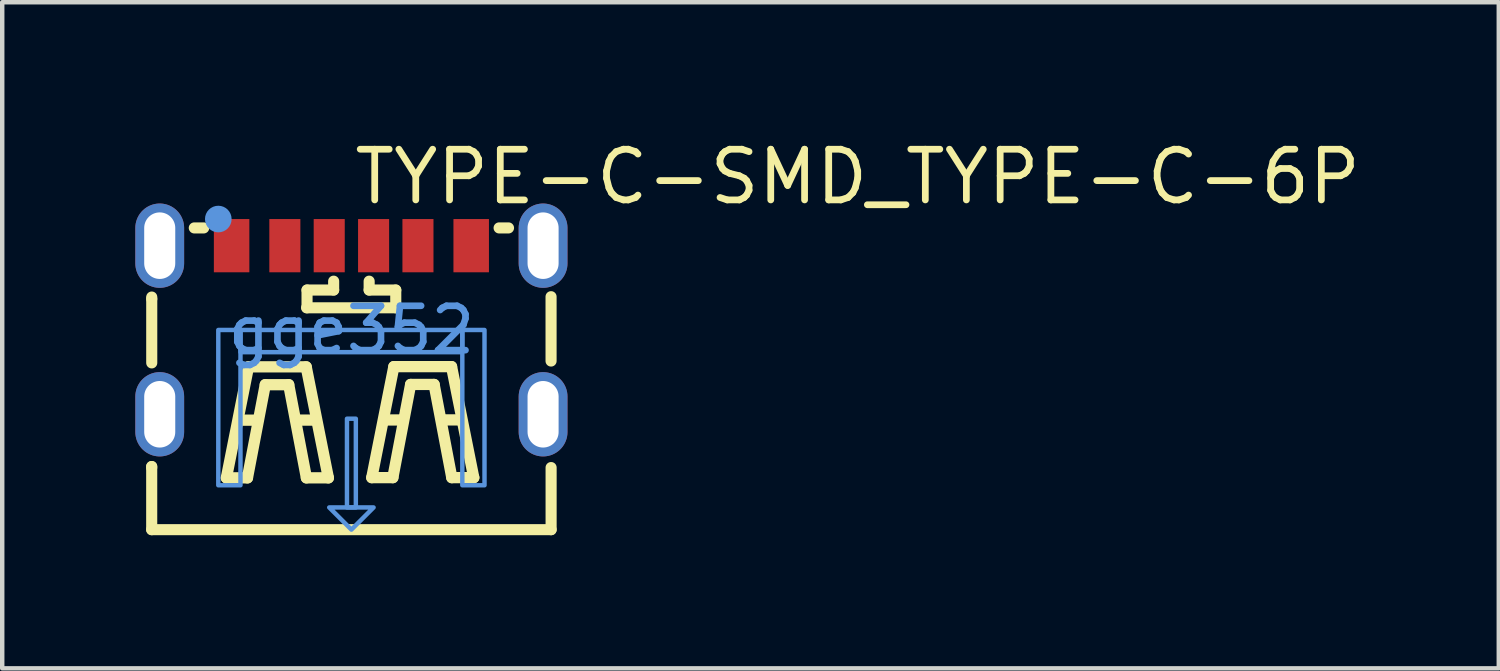
<source format=kicad_pcb>
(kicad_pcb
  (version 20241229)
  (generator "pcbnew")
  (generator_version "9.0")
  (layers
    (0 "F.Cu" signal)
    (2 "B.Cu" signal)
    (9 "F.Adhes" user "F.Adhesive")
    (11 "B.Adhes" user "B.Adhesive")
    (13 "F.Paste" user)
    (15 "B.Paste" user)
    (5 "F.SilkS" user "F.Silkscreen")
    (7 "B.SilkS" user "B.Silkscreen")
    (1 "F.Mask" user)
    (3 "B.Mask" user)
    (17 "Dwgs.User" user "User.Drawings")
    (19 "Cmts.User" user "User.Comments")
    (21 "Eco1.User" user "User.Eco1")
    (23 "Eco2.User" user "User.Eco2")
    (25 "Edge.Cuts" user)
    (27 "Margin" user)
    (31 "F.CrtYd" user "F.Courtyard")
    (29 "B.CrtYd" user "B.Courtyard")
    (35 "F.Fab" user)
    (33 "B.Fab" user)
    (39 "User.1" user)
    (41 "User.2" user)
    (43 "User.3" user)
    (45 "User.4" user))
  (footprint "TYPE-C-SMD_TYPE-C-6P"
    (layer "F.Cu")
    (at 4.87 4.387)
    (property "Reference" "TYPE-C-SMD_TYPE-C-6P" (at -0.01 -3.452 0) (layer "F.SilkS") (effects (font (size 1.143 1.143) (thickness 0.152)) (justify left)))
    (attr smd)
    (fp_line (start -4.501 3.078) (end -4.501 4.501) (stroke (width 0.25) (type solid)) (layer "F.SilkS"))
    (fp_line (start -4.501 3.101) (end -4.501 3.078) (stroke (width 0.25) (type solid)) (layer "F.SilkS"))
    (fp_line (start -4.501 4.501) (end 4.501 4.501) (stroke (width 0.25) (type solid)) (layer "F.SilkS"))
    (fp_line (start -4.5 -0.7) (end -4.5 -0.742) (stroke (width 0.25) (type solid)) (layer "F.SilkS"))
    (fp_line (start -4.5 -0.7) (end -4.5 0.742) (stroke (width 0.25) (type solid)) (layer "F.SilkS"))
    (fp_line (start -3.541 -2.3) (end -3.329 -2.3) (stroke (width 0.25) (type solid)) (layer "F.SilkS"))
    (fp_line (start -2.818 3.333) (end -2.32 0.831) (stroke (width 0.254) (type solid)) (layer "F.SilkS"))
    (fp_line (start -2.518 2.033) (end -2.119 2.033) (stroke (width 0.254) (type solid)) (layer "F.SilkS"))
    (fp_line (start -2.343 3.333) (end -2.818 3.333) (stroke (width 0.254) (type solid)) (layer "F.SilkS"))
    (fp_line (start -2.32 0.831) (end -1.019 0.831) (stroke (width 0.254) (type solid)) (layer "F.SilkS"))
    (fp_line (start -1.941 1.233) (end -2.343 3.333) (stroke (width 0.254) (type solid)) (layer "F.SilkS"))
    (fp_line (start -1.413 1.233) (end -1.941 1.233) (stroke (width 0.254) (type solid)) (layer "F.SilkS"))
    (fp_line (start -1.219 2.032) (end -0.819 2.032) (stroke (width 0.254) (type solid)) (layer "F.SilkS"))
    (fp_line (start -1.019 0.831) (end -0.519 3.333) (stroke (width 0.254) (type solid)) (layer "F.SilkS"))
    (fp_line (start -1.014 3.333) (end -1.413 1.233) (stroke (width 0.254) (type solid)) (layer "F.SilkS"))
    (fp_line (start -1.01 -0.5) (end 1.01 -0.5) (stroke (width 0.25) (type solid)) (layer "F.SilkS"))
    (fp_line (start -1 -0.9) (end -0.4 -0.9) (stroke (width 0.25) (type solid)) (layer "F.SilkS"))
    (fp_line (start -1 -0.5) (end -1 -0.9) (stroke (width 0.25) (type solid)) (layer "F.SilkS"))
    (fp_line (start -0.519 3.333) (end -1.014 3.333) (stroke (width 0.254) (type solid)) (layer "F.SilkS"))
    (fp_line (start -0.4 -0.9) (end -0.4 -1.1) (stroke (width 0.25) (type solid)) (layer "F.SilkS"))
    (fp_line (start 0.4 -0.9) (end 0.4 -1.1) (stroke (width 0.25) (type solid)) (layer "F.SilkS"))
    (fp_line (start 0.459 3.328) (end 0.957 0.826) (stroke (width 0.254) (type solid)) (layer "F.SilkS"))
    (fp_line (start 0.759 2.028) (end 1.158 2.028) (stroke (width 0.254) (type solid)) (layer "F.SilkS"))
    (fp_line (start 0.934 3.328) (end 0.459 3.328) (stroke (width 0.254) (type solid)) (layer "F.SilkS"))
    (fp_line (start 0.957 0.826) (end 2.257 0.826) (stroke (width 0.254) (type solid)) (layer "F.SilkS"))
    (fp_line (start 1 -0.9) (end 0.4 -0.9) (stroke (width 0.25) (type solid)) (layer "F.SilkS"))
    (fp_line (start 1 -0.5) (end 1 -0.9) (stroke (width 0.25) (type solid)) (layer "F.SilkS"))
    (fp_line (start 1.335 1.228) (end 0.934 3.328) (stroke (width 0.254) (type solid)) (layer "F.SilkS"))
    (fp_line (start 1.864 1.228) (end 1.335 1.228) (stroke (width 0.254) (type solid)) (layer "F.SilkS"))
    (fp_line (start 2.058 2.027) (end 2.458 2.027) (stroke (width 0.254) (type solid)) (layer "F.SilkS"))
    (fp_line (start 2.257 0.826) (end 2.758 3.328) (stroke (width 0.254) (type solid)) (layer "F.SilkS"))
    (fp_line (start 2.263 3.328) (end 1.864 1.228) (stroke (width 0.254) (type solid)) (layer "F.SilkS"))
    (fp_line (start 2.758 3.328) (end 2.263 3.328) (stroke (width 0.254) (type solid)) (layer "F.SilkS"))
    (fp_line (start 3.329 -2.3) (end 3.541 -2.3) (stroke (width 0.25) (type solid)) (layer "F.SilkS"))
    (fp_line (start 4.5 0.7) (end 4.5 -0.75) (stroke (width 0.25) (type solid)) (layer "F.SilkS"))
    (fp_line (start 4.501 4.501) (end 4.501 3.101) (stroke (width 0.25) (type solid)) (layer "F.SilkS"))
    (fp_poly (pts (xy -3.1 -2.5) (xy -2.3 -2.5) (xy -2.3 -1.3) (xy -3.1 -1.3)) (stroke (width 0) (type solid)) (fill yes) (layer "F.Paste"))
    (fp_poly (pts (xy -1.85 -2.5) (xy -1.15 -2.5) (xy -1.15 -1.3) (xy -1.85 -1.3)) (stroke (width 0) (type solid)) (fill yes) (layer "F.Paste"))
    (fp_poly (pts (xy -0.85 -2.5) (xy -0.15 -2.5) (xy -0.15 -1.3) (xy -0.85 -1.3)) (stroke (width 0) (type solid)) (fill yes) (layer "F.Paste"))
    (fp_poly (pts (xy 0.15 -2.5) (xy 0.85 -2.5) (xy 0.85 -1.3) (xy 0.15 -1.3)) (stroke (width 0) (type solid)) (fill yes) (layer "F.Paste"))
    (fp_poly (pts (xy 1.15 -2.5) (xy 1.85 -2.5) (xy 1.85 -1.3) (xy 1.15 -1.3)) (stroke (width 0) (type solid)) (fill yes) (layer "F.Paste"))
    (fp_poly (pts (xy 2.3 -2.5) (xy 3.1 -2.5) (xy 3.1 -1.3) (xy 2.3 -1.3)) (stroke (width 0) (type solid)) (fill yes) (layer "F.Paste"))
    (fp_circle (center -3 -2.5) (end -2.85 -2.5) (stroke (width 0.3) (type solid)) (fill no) (layer "Cmts.User"))
    (fp_poly (pts (xy -0.5 4) (xy 0.5 4) (xy 0 4.5)) (stroke (width 0.1) (type solid)) (fill no) (layer "Cmts.User"))
    (fp_poly (pts (xy -3 3.5) (xy -3 0) (xy -2.5 0) (xy -2.5 3.5)) (stroke (width 0.1) (type solid)) (fill no) (layer "Cmts.User"))
    (fp_poly (pts (xy -2.5 0) (xy 2.5 0) (xy 2.5 0.5) (xy -2.5 0.5)) (stroke (width 0.1) (type solid)) (fill no) (layer "Cmts.User"))
    (fp_poly (pts (xy 3 3.5) (xy 3 0) (xy 2.5 0) (xy 2.5 3.5)) (stroke (width 0.1) (type solid)) (fill no) (layer "Cmts.User"))
    (fp_poly (pts (xy 0 4) (xy -0.1 4) (xy -0.1 2) (xy 0.1 2) (xy 0.1 4)) (stroke (width 0.1) (type solid)) (fill no) (layer "Cmts.User"))
    (fp_text user "gge352" (at 0 0 0) (layer "Cmts.User") (effects (font (size 1 1) (thickness 0.15))))
    (pad "7" thru_hole oval (at -4.32 -1.9) (size 1.1 1.9) (drill oval 0.7 1.5) (layers "*.Cu" "*.Paste" "*.Mask"))
    (pad "7" thru_hole oval (at -4.32 1.9) (size 1.1 1.9) (drill oval 0.7 1.5) (layers "*.Cu" "*.Paste" "*.Mask"))
    (pad "7" thru_hole oval (at 4.32 -1.9) (size 1.1 1.9) (drill oval 0.7 1.5) (layers "*.Cu" "*.Paste" "*.Mask"))
    (pad "7" thru_hole oval (at 4.32 1.9) (size 1.1 1.9) (drill oval 0.7 1.5) (layers "*.Cu" "*.Paste" "*.Mask"))
    (pad "A5" smd rect (at -0.5 -1.9) (size 0.7 1.2) (layers "F.Cu" "F.Mask" "F.Paste"))
    (pad "A9" smd rect (at 1.5 -1.9) (size 0.7 1.2) (layers "F.Cu" "F.Mask" "F.Paste"))
    (pad "A12" smd rect (at 2.7 -1.9) (size 0.8 1.2) (layers "F.Cu" "F.Mask" "F.Paste"))
    (pad "B5" smd rect (at 0.5 -1.9) (size 0.7 1.2) (layers "F.Cu" "F.Mask" "F.Paste"))
    (pad "B9" smd rect (at -1.5 -1.9) (size 0.7 1.2) (layers "F.Cu" "F.Mask" "F.Paste"))
    (pad "B12" smd rect (at -2.7 -1.9) (size 0.8 1.2) (layers "F.Cu" "F.Mask" "F.Paste")))
  (gr_rect
    (start -3 -3)
    (end 30.73 12.013)
    (stroke (width 0.1) (type default))
    (fill no)
    (layer "Edge.Cuts")))
</source>
